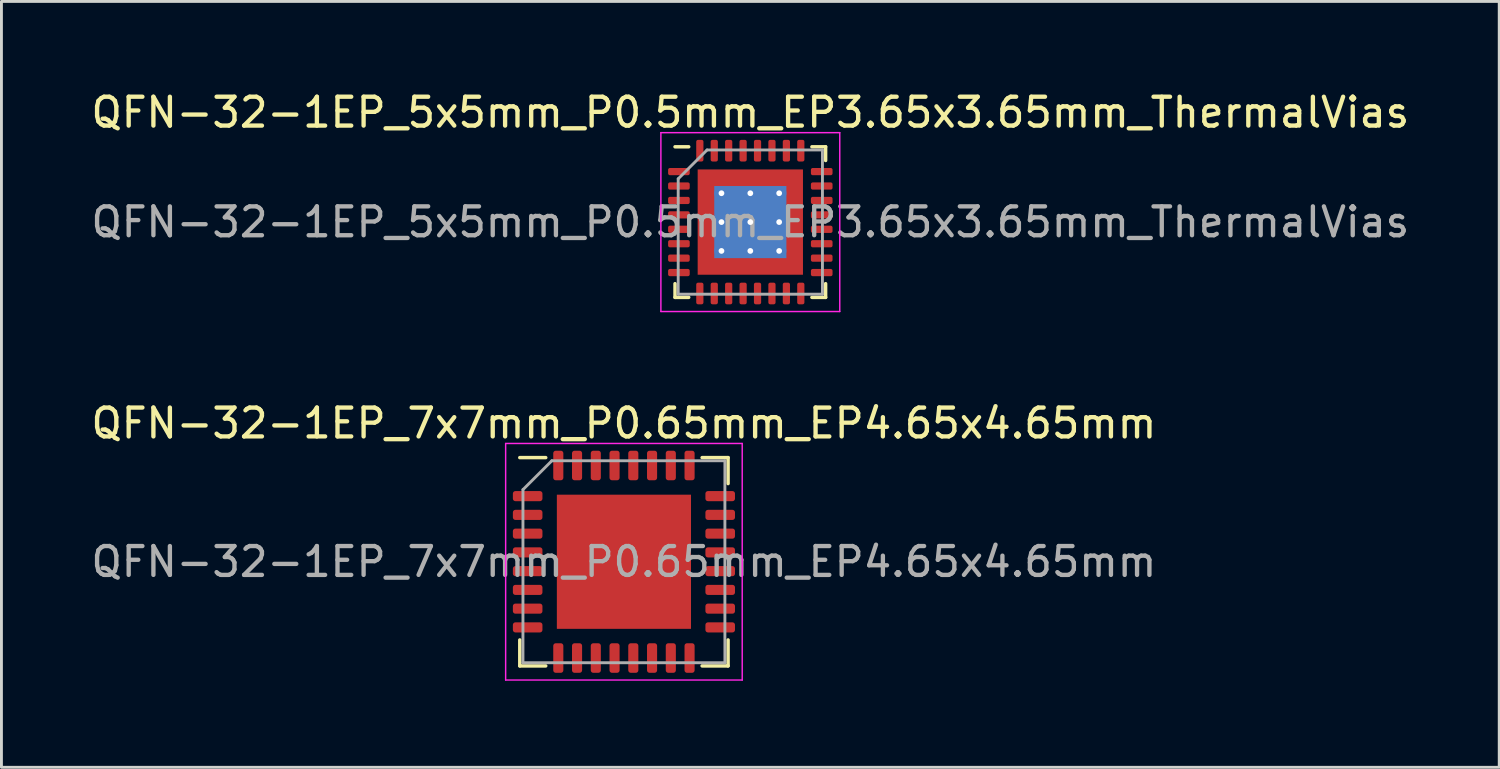
<source format=kicad_pcb>
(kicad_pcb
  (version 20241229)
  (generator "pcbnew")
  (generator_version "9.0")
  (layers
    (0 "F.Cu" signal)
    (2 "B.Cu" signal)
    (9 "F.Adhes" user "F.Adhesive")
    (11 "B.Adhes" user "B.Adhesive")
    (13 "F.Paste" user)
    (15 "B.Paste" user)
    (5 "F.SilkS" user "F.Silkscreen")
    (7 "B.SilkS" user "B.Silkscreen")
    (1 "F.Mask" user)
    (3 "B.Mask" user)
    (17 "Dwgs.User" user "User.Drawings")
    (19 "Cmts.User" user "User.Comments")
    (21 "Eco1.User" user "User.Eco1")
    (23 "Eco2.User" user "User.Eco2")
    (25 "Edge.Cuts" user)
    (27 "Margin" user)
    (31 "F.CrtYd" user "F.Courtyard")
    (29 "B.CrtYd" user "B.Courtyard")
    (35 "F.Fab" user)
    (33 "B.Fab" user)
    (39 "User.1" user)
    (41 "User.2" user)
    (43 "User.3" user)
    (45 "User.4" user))
  (footprint "QFN-32-1EP_7x7mm_P0.65mm_EP4.65x4.65mm"
    (layer "F.Cu")
    (at 18.577 16.422)
    (property "Reference" "QFN-32-1EP_7x7mm_P0.65mm_EP4.65x4.65mm" (at 0 -4.8 0) (layer "F.SilkS") (effects (font (size 1 1) (thickness 0.15))))
    (attr smd)
    (fp_line (start -3.61 3.61) (end -3.61 2.71) (stroke (width 0.12) (type solid)) (layer "F.SilkS"))
    (fp_line (start -2.71 -3.61) (end -3.61 -3.61) (stroke (width 0.12) (type solid)) (layer "F.SilkS"))
    (fp_line (start -2.71 3.61) (end -3.61 3.61) (stroke (width 0.12) (type solid)) (layer "F.SilkS"))
    (fp_line (start 2.71 -3.61) (end 3.61 -3.61) (stroke (width 0.12) (type solid)) (layer "F.SilkS"))
    (fp_line (start 2.71 3.61) (end 3.61 3.61) (stroke (width 0.12) (type solid)) (layer "F.SilkS"))
    (fp_line (start 3.61 -3.61) (end 3.61 -2.71) (stroke (width 0.12) (type solid)) (layer "F.SilkS"))
    (fp_line (start 3.61 3.61) (end 3.61 2.71) (stroke (width 0.12) (type solid)) (layer "F.SilkS"))
    (fp_line (start -4.1 -4.1) (end -4.1 4.1) (stroke (width 0.05) (type solid)) (layer "F.CrtYd"))
    (fp_line (start -4.1 4.1) (end 4.1 4.1) (stroke (width 0.05) (type solid)) (layer "F.CrtYd"))
    (fp_line (start 4.1 -4.1) (end -4.1 -4.1) (stroke (width 0.05) (type solid)) (layer "F.CrtYd"))
    (fp_line (start 4.1 4.1) (end 4.1 -4.1) (stroke (width 0.05) (type solid)) (layer "F.CrtYd"))
    (fp_line (start -3.5 -2.5) (end -2.5 -3.5) (stroke (width 0.1) (type solid)) (layer "F.Fab"))
    (fp_line (start -3.5 3.5) (end -3.5 -2.5) (stroke (width 0.1) (type solid)) (layer "F.Fab"))
    (fp_line (start -2.5 -3.5) (end 3.5 -3.5) (stroke (width 0.1) (type solid)) (layer "F.Fab"))
    (fp_line (start 3.5 -3.5) (end 3.5 3.5) (stroke (width 0.1) (type solid)) (layer "F.Fab"))
    (fp_line (start 3.5 3.5) (end -3.5 3.5) (stroke (width 0.1) (type solid)) (layer "F.Fab"))
    (fp_text user "${REFERENCE}" (at 0 0 0) (layer "F.Fab") (effects (font (size 1 1) (thickness 0.15))))
    (pad "" smd roundrect (at -1.74 -1.74) (size 0.94 0.94) (layers "F.Paste") (roundrect_rratio 0.25))
    (pad "" smd roundrect (at -1.74 -0.58) (size 0.94 0.94) (layers "F.Paste") (roundrect_rratio 0.25))
    (pad "" smd roundrect (at -1.74 0.58) (size 0.94 0.94) (layers "F.Paste") (roundrect_rratio 0.25))
    (pad "" smd roundrect (at -1.74 1.74) (size 0.94 0.94) (layers "F.Paste") (roundrect_rratio 0.25))
    (pad "" smd roundrect (at -0.58 -1.74) (size 0.94 0.94) (layers "F.Paste") (roundrect_rratio 0.25))
    (pad "" smd roundrect (at -0.58 -0.58) (size 0.94 0.94) (layers "F.Paste") (roundrect_rratio 0.25))
    (pad "" smd roundrect (at -0.58 0.58) (size 0.94 0.94) (layers "F.Paste") (roundrect_rratio 0.25))
    (pad "" smd roundrect (at -0.58 1.74) (size 0.94 0.94) (layers "F.Paste") (roundrect_rratio 0.25))
    (pad "" smd roundrect (at 0.58 -1.74) (size 0.94 0.94) (layers "F.Paste") (roundrect_rratio 0.25))
    (pad "" smd roundrect (at 0.58 -0.58) (size 0.94 0.94) (layers "F.Paste") (roundrect_rratio 0.25))
    (pad "" smd roundrect (at 0.58 0.58) (size 0.94 0.94) (layers "F.Paste") (roundrect_rratio 0.25))
    (pad "" smd roundrect (at 0.58 1.74) (size 0.94 0.94) (layers "F.Paste") (roundrect_rratio 0.25))
    (pad "" smd roundrect (at 1.74 -1.74) (size 0.94 0.94) (layers "F.Paste") (roundrect_rratio 0.25))
    (pad "" smd roundrect (at 1.74 -0.58) (size 0.94 0.94) (layers "F.Paste") (roundrect_rratio 0.25))
    (pad "" smd roundrect (at 1.74 0.58) (size 0.94 0.94) (layers "F.Paste") (roundrect_rratio 0.25))
    (pad "" smd roundrect (at 1.74 1.74) (size 0.94 0.94) (layers "F.Paste") (roundrect_rratio 0.25))
    (pad "1" smd roundrect (at -3.337 -2.275) (size 1.025 0.35) (layers "F.Cu" "F.Mask" "F.Paste") (roundrect_rratio 0.25))
    (pad "2" smd roundrect (at -3.337 -1.625) (size 1.025 0.35) (layers "F.Cu" "F.Mask" "F.Paste") (roundrect_rratio 0.25))
    (pad "3" smd roundrect (at -3.337 -0.975) (size 1.025 0.35) (layers "F.Cu" "F.Mask" "F.Paste") (roundrect_rratio 0.25))
    (pad "4" smd roundrect (at -3.337 -0.325) (size 1.025 0.35) (layers "F.Cu" "F.Mask" "F.Paste") (roundrect_rratio 0.25))
    (pad "5" smd roundrect (at -3.337 0.325) (size 1.025 0.35) (layers "F.Cu" "F.Mask" "F.Paste") (roundrect_rratio 0.25))
    (pad "6" smd roundrect (at -3.337 0.975) (size 1.025 0.35) (layers "F.Cu" "F.Mask" "F.Paste") (roundrect_rratio 0.25))
    (pad "7" smd roundrect (at -3.337 1.625) (size 1.025 0.35) (layers "F.Cu" "F.Mask" "F.Paste") (roundrect_rratio 0.25))
    (pad "8" smd roundrect (at -3.337 2.275) (size 1.025 0.35) (layers "F.Cu" "F.Mask" "F.Paste") (roundrect_rratio 0.25))
    (pad "9" smd roundrect (at -2.275 3.337) (size 0.35 1.025) (layers "F.Cu" "F.Mask" "F.Paste") (roundrect_rratio 0.25))
    (pad "10" smd roundrect (at -1.625 3.337) (size 0.35 1.025) (layers "F.Cu" "F.Mask" "F.Paste") (roundrect_rratio 0.25))
    (pad "11" smd roundrect (at -0.975 3.337) (size 0.35 1.025) (layers "F.Cu" "F.Mask" "F.Paste") (roundrect_rratio 0.25))
    (pad "12" smd roundrect (at -0.325 3.337) (size 0.35 1.025) (layers "F.Cu" "F.Mask" "F.Paste") (roundrect_rratio 0.25))
    (pad "13" smd roundrect (at 0.325 3.337) (size 0.35 1.025) (layers "F.Cu" "F.Mask" "F.Paste") (roundrect_rratio 0.25))
    (pad "14" smd roundrect (at 0.975 3.337) (size 0.35 1.025) (layers "F.Cu" "F.Mask" "F.Paste") (roundrect_rratio 0.25))
    (pad "15" smd roundrect (at 1.625 3.337) (size 0.35 1.025) (layers "F.Cu" "F.Mask" "F.Paste") (roundrect_rratio 0.25))
    (pad "16" smd roundrect (at 2.275 3.337) (size 0.35 1.025) (layers "F.Cu" "F.Mask" "F.Paste") (roundrect_rratio 0.25))
    (pad "17" smd roundrect (at 3.337 2.275) (size 1.025 0.35) (layers "F.Cu" "F.Mask" "F.Paste") (roundrect_rratio 0.25))
    (pad "18" smd roundrect (at 3.337 1.625) (size 1.025 0.35) (layers "F.Cu" "F.Mask" "F.Paste") (roundrect_rratio 0.25))
    (pad "19" smd roundrect (at 3.337 0.975) (size 1.025 0.35) (layers "F.Cu" "F.Mask" "F.Paste") (roundrect_rratio 0.25))
    (pad "20" smd roundrect (at 3.337 0.325) (size 1.025 0.35) (layers "F.Cu" "F.Mask" "F.Paste") (roundrect_rratio 0.25))
    (pad "21" smd roundrect (at 3.337 -0.325) (size 1.025 0.35) (layers "F.Cu" "F.Mask" "F.Paste") (roundrect_rratio 0.25))
    (pad "22" smd roundrect (at 3.337 -0.975) (size 1.025 0.35) (layers "F.Cu" "F.Mask" "F.Paste") (roundrect_rratio 0.25))
    (pad "23" smd roundrect (at 3.337 -1.625) (size 1.025 0.35) (layers "F.Cu" "F.Mask" "F.Paste") (roundrect_rratio 0.25))
    (pad "24" smd roundrect (at 3.337 -2.275) (size 1.025 0.35) (layers "F.Cu" "F.Mask" "F.Paste") (roundrect_rratio 0.25))
    (pad "25" smd roundrect (at 2.275 -3.337) (size 0.35 1.025) (layers "F.Cu" "F.Mask" "F.Paste") (roundrect_rratio 0.25))
    (pad "26" smd roundrect (at 1.625 -3.337) (size 0.35 1.025) (layers "F.Cu" "F.Mask" "F.Paste") (roundrect_rratio 0.25))
    (pad "27" smd roundrect (at 0.975 -3.337) (size 0.35 1.025) (layers "F.Cu" "F.Mask" "F.Paste") (roundrect_rratio 0.25))
    (pad "28" smd roundrect (at 0.325 -3.337) (size 0.35 1.025) (layers "F.Cu" "F.Mask" "F.Paste") (roundrect_rratio 0.25))
    (pad "29" smd roundrect (at -0.325 -3.337) (size 0.35 1.025) (layers "F.Cu" "F.Mask" "F.Paste") (roundrect_rratio 0.25))
    (pad "30" smd roundrect (at -0.975 -3.337) (size 0.35 1.025) (layers "F.Cu" "F.Mask" "F.Paste") (roundrect_rratio 0.25))
    (pad "31" smd roundrect (at -1.625 -3.337) (size 0.35 1.025) (layers "F.Cu" "F.Mask" "F.Paste") (roundrect_rratio 0.25))
    (pad "32" smd roundrect (at -2.275 -3.337) (size 0.35 1.025) (layers "F.Cu" "F.Mask" "F.Paste") (roundrect_rratio 0.25))
    (pad "33" smd rect (at 0 0) (size 4.65 4.65) (layers "F.Cu" "F.Mask")))
  (footprint "QFN-32-1EP_5x5mm_P0.5mm_EP3.65x3.65mm_ThermalVias"
    (layer "F.Cu")
    (at 22.958 4.648)
    (property "Reference" "QFN-32-1EP_5x5mm_P0.5mm_EP3.65x3.65mm_ThermalVias" (at 0 -3.8 0) (layer "F.SilkS") (effects (font (size 1 1) (thickness 0.15))))
    (attr smd)
    (fp_line (start -2.61 2.61) (end -2.61 2.135) (stroke (width 0.12) (type solid)) (layer "F.SilkS"))
    (fp_line (start -2.135 -2.61) (end -2.61 -2.61) (stroke (width 0.12) (type solid)) (layer "F.SilkS"))
    (fp_line (start -2.135 2.61) (end -2.61 2.61) (stroke (width 0.12) (type solid)) (layer "F.SilkS"))
    (fp_line (start 2.135 -2.61) (end 2.61 -2.61) (stroke (width 0.12) (type solid)) (layer "F.SilkS"))
    (fp_line (start 2.135 2.61) (end 2.61 2.61) (stroke (width 0.12) (type solid)) (layer "F.SilkS"))
    (fp_line (start 2.61 -2.61) (end 2.61 -2.135) (stroke (width 0.12) (type solid)) (layer "F.SilkS"))
    (fp_line (start 2.61 2.61) (end 2.61 2.135) (stroke (width 0.12) (type solid)) (layer "F.SilkS"))
    (fp_line (start -3.1 -3.1) (end -3.1 3.1) (stroke (width 0.05) (type solid)) (layer "F.CrtYd"))
    (fp_line (start -3.1 3.1) (end 3.1 3.1) (stroke (width 0.05) (type solid)) (layer "F.CrtYd"))
    (fp_line (start 3.1 -3.1) (end -3.1 -3.1) (stroke (width 0.05) (type solid)) (layer "F.CrtYd"))
    (fp_line (start 3.1 3.1) (end 3.1 -3.1) (stroke (width 0.05) (type solid)) (layer "F.CrtYd"))
    (fp_line (start -2.5 -1.5) (end -1.5 -2.5) (stroke (width 0.1) (type solid)) (layer "F.Fab"))
    (fp_line (start -2.5 2.5) (end -2.5 -1.5) (stroke (width 0.1) (type solid)) (layer "F.Fab"))
    (fp_line (start -1.5 -2.5) (end 2.5 -2.5) (stroke (width 0.1) (type solid)) (layer "F.Fab"))
    (fp_line (start 2.5 -2.5) (end 2.5 2.5) (stroke (width 0.1) (type solid)) (layer "F.Fab"))
    (fp_line (start 2.5 2.5) (end -2.5 2.5) (stroke (width 0.1) (type solid)) (layer "F.Fab"))
    (fp_text user "${REFERENCE}" (at 0 0 0) (layer "F.Fab") (effects (font (size 1 1) (thickness 0.15))))
    (pad "" smd custom (at -1.413 -1.413) (size 0.578 0.578) (layers "F.Paste") (options (anchor circle)) (primitives (gr_poly (pts (xy -0.246 -0.246) (xy 0.246 -0.246) (xy 0.246 0.174) (xy 0.174 0.246) (xy -0.246 0.246)) (width 0.174) (fill yes))))
    (pad "" smd custom (at -1.413 -0.5) (size 0.59 0.59) (layers "F.Paste") (options (anchor circle)) (primitives (gr_poly (pts (xy -0.258 -0.328) (xy 0.195 -0.328) (xy 0.258 -0.266) (xy 0.258 0.266) (xy 0.195 0.328) (xy -0.258 0.328)) (width 0.15) (fill yes))))
    (pad "" smd custom (at -1.413 0.5) (size 0.59 0.59) (layers "F.Paste") (options (anchor circle)) (primitives (gr_poly (pts (xy -0.258 -0.328) (xy 0.195 -0.328) (xy 0.258 -0.266) (xy 0.258 0.266) (xy 0.195 0.328) (xy -0.258 0.328)) (width 0.15) (fill yes))))
    (pad "" smd custom (at -1.413 1.413) (size 0.578 0.578) (layers "F.Paste") (options (anchor circle)) (primitives (gr_poly (pts (xy -0.246 -0.246) (xy 0.174 -0.246) (xy 0.246 -0.174) (xy 0.246 0.246) (xy -0.246 0.246)) (width 0.174) (fill yes))))
    (pad "" smd custom (at -0.5 -1.413) (size 0.59 0.59) (layers "F.Paste") (options (anchor circle)) (primitives (gr_poly (pts (xy -0.328 -0.258) (xy 0.328 -0.258) (xy 0.328 0.195) (xy 0.266 0.258) (xy -0.266 0.258) (xy -0.328 0.195)) (width 0.15) (fill yes))))
    (pad "" smd roundrect (at -0.5 -0.5) (size 0.806 0.806) (layers "F.Paste") (roundrect_rratio 0.25))
    (pad "" smd roundrect (at -0.5 0.5) (size 0.806 0.806) (layers "F.Paste") (roundrect_rratio 0.25))
    (pad "" smd custom (at -0.5 1.413) (size 0.59 0.59) (layers "F.Paste") (options (anchor circle)) (primitives (gr_poly (pts (xy -0.328 -0.195) (xy -0.266 -0.258) (xy 0.266 -0.258) (xy 0.328 -0.195) (xy 0.328 0.258) (xy -0.328 0.258)) (width 0.15) (fill yes))))
    (pad "" smd custom (at 0.5 -1.413) (size 0.59 0.59) (layers "F.Paste") (options (anchor circle)) (primitives (gr_poly (pts (xy -0.328 -0.258) (xy 0.328 -0.258) (xy 0.328 0.195) (xy 0.266 0.258) (xy -0.266 0.258) (xy -0.328 0.195)) (width 0.15) (fill yes))))
    (pad "" smd roundrect (at 0.5 -0.5) (size 0.806 0.806) (layers "F.Paste") (roundrect_rratio 0.25))
    (pad "" smd roundrect (at 0.5 0.5) (size 0.806 0.806) (layers "F.Paste") (roundrect_rratio 0.25))
    (pad "" smd custom (at 0.5 1.413) (size 0.59 0.59) (layers "F.Paste") (options (anchor circle)) (primitives (gr_poly (pts (xy -0.328 -0.195) (xy -0.266 -0.258) (xy 0.266 -0.258) (xy 0.328 -0.195) (xy 0.328 0.258) (xy -0.328 0.258)) (width 0.15) (fill yes))))
    (pad "" smd custom (at 1.413 -1.413) (size 0.578 0.578) (layers "F.Paste") (options (anchor circle)) (primitives (gr_poly (pts (xy -0.246 -0.246) (xy 0.246 -0.246) (xy 0.246 0.246) (xy -0.174 0.246) (xy -0.246 0.174)) (width 0.174) (fill yes))))
    (pad "" smd custom (at 1.413 -0.5) (size 0.59 0.59) (layers "F.Paste") (options (anchor circle)) (primitives (gr_poly (pts (xy -0.258 -0.266) (xy -0.195 -0.328) (xy 0.258 -0.328) (xy 0.258 0.328) (xy -0.195 0.328) (xy -0.258 0.266)) (width 0.15) (fill yes))))
    (pad "" smd custom (at 1.413 0.5) (size 0.59 0.59) (layers "F.Paste") (options (anchor circle)) (primitives (gr_poly (pts (xy -0.258 -0.266) (xy -0.195 -0.328) (xy 0.258 -0.328) (xy 0.258 0.328) (xy -0.195 0.328) (xy -0.258 0.266)) (width 0.15) (fill yes))))
    (pad "" smd custom (at 1.413 1.413) (size 0.578 0.578) (layers "F.Paste") (options (anchor circle)) (primitives (gr_poly (pts (xy -0.246 -0.174) (xy -0.174 -0.246) (xy 0.246 -0.246) (xy 0.246 0.246) (xy -0.246 0.246)) (width 0.174) (fill yes))))
    (pad "1" smd roundrect (at -2.475 -1.75) (size 0.75 0.25) (layers "F.Cu" "F.Mask" "F.Paste") (roundrect_rratio 0.25))
    (pad "2" smd roundrect (at -2.475 -1.25) (size 0.75 0.25) (layers "F.Cu" "F.Mask" "F.Paste") (roundrect_rratio 0.25))
    (pad "3" smd roundrect (at -2.475 -0.75) (size 0.75 0.25) (layers "F.Cu" "F.Mask" "F.Paste") (roundrect_rratio 0.25))
    (pad "4" smd roundrect (at -2.475 -0.25) (size 0.75 0.25) (layers "F.Cu" "F.Mask" "F.Paste") (roundrect_rratio 0.25))
    (pad "5" smd roundrect (at -2.475 0.25) (size 0.75 0.25) (layers "F.Cu" "F.Mask" "F.Paste") (roundrect_rratio 0.25))
    (pad "6" smd roundrect (at -2.475 0.75) (size 0.75 0.25) (layers "F.Cu" "F.Mask" "F.Paste") (roundrect_rratio 0.25))
    (pad "7" smd roundrect (at -2.475 1.25) (size 0.75 0.25) (layers "F.Cu" "F.Mask" "F.Paste") (roundrect_rratio 0.25))
    (pad "8" smd roundrect (at -2.475 1.75) (size 0.75 0.25) (layers "F.Cu" "F.Mask" "F.Paste") (roundrect_rratio 0.25))
    (pad "9" smd roundrect (at -1.75 2.475) (size 0.25 0.75) (layers "F.Cu" "F.Mask" "F.Paste") (roundrect_rratio 0.25))
    (pad "10" smd roundrect (at -1.25 2.475) (size 0.25 0.75) (layers "F.Cu" "F.Mask" "F.Paste") (roundrect_rratio 0.25))
    (pad "11" smd roundrect (at -0.75 2.475) (size 0.25 0.75) (layers "F.Cu" "F.Mask" "F.Paste") (roundrect_rratio 0.25))
    (pad "12" smd roundrect (at -0.25 2.475) (size 0.25 0.75) (layers "F.Cu" "F.Mask" "F.Paste") (roundrect_rratio 0.25))
    (pad "13" smd roundrect (at 0.25 2.475) (size 0.25 0.75) (layers "F.Cu" "F.Mask" "F.Paste") (roundrect_rratio 0.25))
    (pad "14" smd roundrect (at 0.75 2.475) (size 0.25 0.75) (layers "F.Cu" "F.Mask" "F.Paste") (roundrect_rratio 0.25))
    (pad "15" smd roundrect (at 1.25 2.475) (size 0.25 0.75) (layers "F.Cu" "F.Mask" "F.Paste") (roundrect_rratio 0.25))
    (pad "16" smd roundrect (at 1.75 2.475) (size 0.25 0.75) (layers "F.Cu" "F.Mask" "F.Paste") (roundrect_rratio 0.25))
    (pad "17" smd roundrect (at 2.475 1.75) (size 0.75 0.25) (layers "F.Cu" "F.Mask" "F.Paste") (roundrect_rratio 0.25))
    (pad "18" smd roundrect (at 2.475 1.25) (size 0.75 0.25) (layers "F.Cu" "F.Mask" "F.Paste") (roundrect_rratio 0.25))
    (pad "19" smd roundrect (at 2.475 0.75) (size 0.75 0.25) (layers "F.Cu" "F.Mask" "F.Paste") (roundrect_rratio 0.25))
    (pad "20" smd roundrect (at 2.475 0.25) (size 0.75 0.25) (layers "F.Cu" "F.Mask" "F.Paste") (roundrect_rratio 0.25))
    (pad "21" smd roundrect (at 2.475 -0.25) (size 0.75 0.25) (layers "F.Cu" "F.Mask" "F.Paste") (roundrect_rratio 0.25))
    (pad "22" smd roundrect (at 2.475 -0.75) (size 0.75 0.25) (layers "F.Cu" "F.Mask" "F.Paste") (roundrect_rratio 0.25))
    (pad "23" smd roundrect (at 2.475 -1.25) (size 0.75 0.25) (layers "F.Cu" "F.Mask" "F.Paste") (roundrect_rratio 0.25))
    (pad "24" smd roundrect (at 2.475 -1.75) (size 0.75 0.25) (layers "F.Cu" "F.Mask" "F.Paste") (roundrect_rratio 0.25))
    (pad "25" smd roundrect (at 1.75 -2.475) (size 0.25 0.75) (layers "F.Cu" "F.Mask" "F.Paste") (roundrect_rratio 0.25))
    (pad "26" smd roundrect (at 1.25 -2.475) (size 0.25 0.75) (layers "F.Cu" "F.Mask" "F.Paste") (roundrect_rratio 0.25))
    (pad "27" smd roundrect (at 0.75 -2.475) (size 0.25 0.75) (layers "F.Cu" "F.Mask" "F.Paste") (roundrect_rratio 0.25))
    (pad "28" smd roundrect (at 0.25 -2.475) (size 0.25 0.75) (layers "F.Cu" "F.Mask" "F.Paste") (roundrect_rratio 0.25))
    (pad "29" smd roundrect (at -0.25 -2.475) (size 0.25 0.75) (layers "F.Cu" "F.Mask" "F.Paste") (roundrect_rratio 0.25))
    (pad "30" smd roundrect (at -0.75 -2.475) (size 0.25 0.75) (layers "F.Cu" "F.Mask" "F.Paste") (roundrect_rratio 0.25))
    (pad "31" smd roundrect (at -1.25 -2.475) (size 0.25 0.75) (layers "F.Cu" "F.Mask" "F.Paste") (roundrect_rratio 0.25))
    (pad "32" smd roundrect (at -1.75 -2.475) (size 0.25 0.75) (layers "F.Cu" "F.Mask" "F.Paste") (roundrect_rratio 0.25))
    (pad "33" thru_hole circle (at -1 -1) (size 0.5 0.5) (drill 0.2) (layers "*.Cu"))
    (pad "33" thru_hole circle (at -1 0) (size 0.5 0.5) (drill 0.2) (layers "*.Cu"))
    (pad "33" thru_hole circle (at -1 1) (size 0.5 0.5) (drill 0.2) (layers "*.Cu"))
    (pad "33" thru_hole circle (at 0 -1) (size 0.5 0.5) (drill 0.2) (layers "*.Cu"))
    (pad "33" thru_hole circle (at 0 0) (size 0.5 0.5) (drill 0.2) (layers "*.Cu"))
    (pad "33" smd rect (at 0 0) (size 2.5 2.5) (layers "B.Cu"))
    (pad "33" smd rect (at 0 0) (size 3.65 3.65) (layers "F.Cu" "F.Mask"))
    (pad "33" thru_hole circle (at 0 1) (size 0.5 0.5) (drill 0.2) (layers "*.Cu"))
    (pad "33" thru_hole circle (at 1 -1) (size 0.5 0.5) (drill 0.2) (layers "*.Cu"))
    (pad "33" thru_hole circle (at 1 0) (size 0.5 0.5) (drill 0.2) (layers "*.Cu"))
    (pad "33" thru_hole circle (at 1 1) (size 0.5 0.5) (drill 0.2) (layers "*.Cu")))
  (gr_rect
    (start -3 -3)
    (end 48.917 23.547)
    (stroke (width 0.1) (type default))
    (fill no)
    (layer "Edge.Cuts")))
</source>
